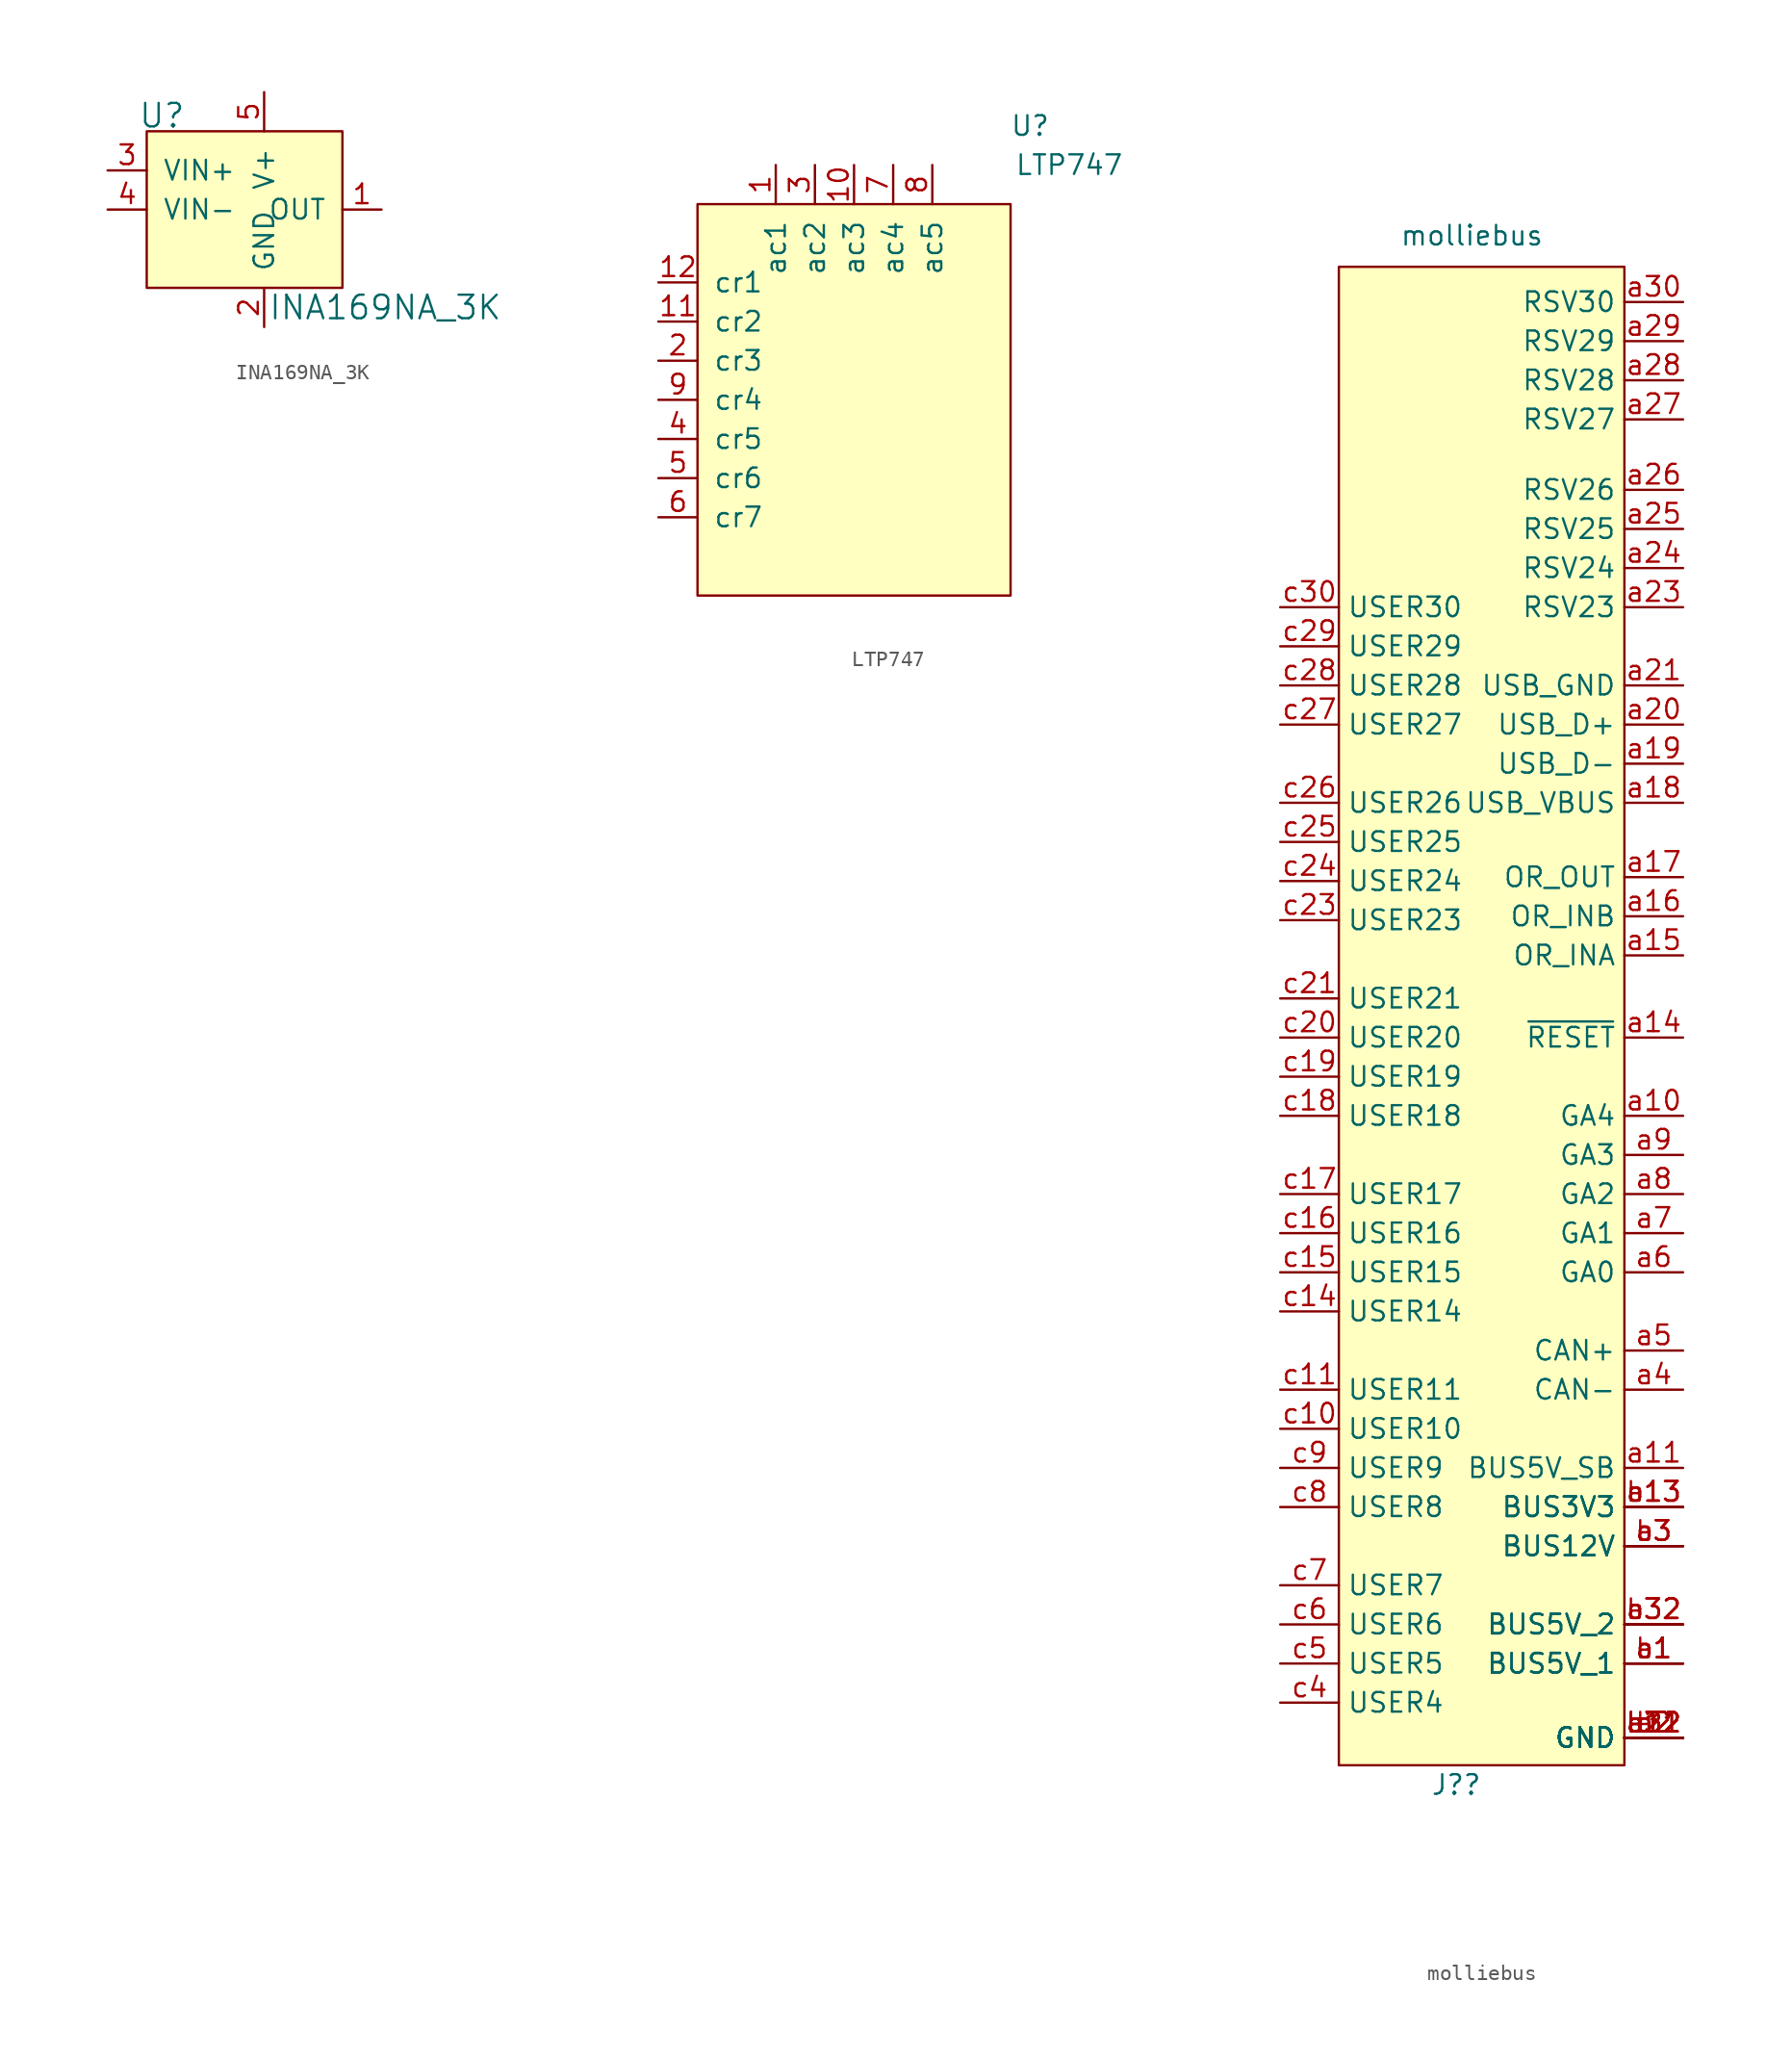
<source format=kicad_sym>
(kicad_symbol_lib
  (version 20231120)
  (generator "kicad_symbol_editor")
  (generator_version "8.0")
  (symbol "INA169NA_3K"
    (pin_names
      (offset 1.016))
    (property "Reference" "U"
      (at -5.08 11.176 0)
      (effects (font (size 1.524 1.524)) (justify right)))
    (property "Value" "INA169NA_3K"
      (at 0.254 -1.27 0)
      (effects (font (size 1.524 1.524)) (justify left)))
    (symbol "INA169NA_3K_0_1"
      (rectangle (start -7.62 10.16) (end 5.08 0) (stroke (width 0) (type default)) (fill (type background))))
    (symbol "INA169NA_3K_1_1"
      (pin output line (at 7.62 5.08 180) (length 2.54) (name "OUT" (effects (font (size 1.27 1.27)))) (number "1" (effects (font (size 1.27 1.27)))))
      (pin power_in line (at 0 -2.54 90) (length 2.54) (name "GND" (effects (font (size 1.27 1.27)))) (number "2" (effects (font (size 1.27 1.27)))))
      (pin passive line (at -10.16 7.62 0) (length 2.54) (name "VIN+" (effects (font (size 1.27 1.27)))) (number "3" (effects (font (size 1.27 1.27)))))
      (pin passive line (at -10.16 5.08 0) (length 2.54) (name "VIN-" (effects (font (size 1.27 1.27)))) (number "4" (effects (font (size 1.27 1.27)))))
      (pin power_in line (at 0 12.7 270) (length 2.54) (name "V+" (effects (font (size 1.27 1.27)))) (number "5" (effects (font (size 1.27 1.27)))))))
  (symbol "LTP747"
    (pin_names
      (offset 1.016))
    (property "Reference" "U"
      (at 11.43 16.51 0)
      (effects (font (size 1.27 1.27))))
    (property "Value" "LTP747"
      (at 13.97 13.97 0)
      (effects (font (size 1.27 1.27))))
    (symbol "LTP747_0_1"
      (rectangle (start -10.16 11.43) (end 10.16 -13.97) (stroke (width 0) (type default)) (fill (type background))))
    (symbol "LTP747_1_1"
      (pin input line (at -5.08 13.97 270) (length 2.54) (name "ac1" (effects (font (size 1.27 1.27)))) (number "1" (effects (font (size 1.27 1.27)))))
      (pin input line (at 0 13.97 270) (length 2.54) (name "ac3" (effects (font (size 1.27 1.27)))) (number "10" (effects (font (size 1.27 1.27)))))
      (pin input line (at -12.7 3.81 0) (length 2.54) (name "cr2" (effects (font (size 1.27 1.27)))) (number "11" (effects (font (size 1.27 1.27)))))
      (pin input line (at -12.7 6.35 0) (length 2.54) (name "cr1" (effects (font (size 1.27 1.27)))) (number "12" (effects (font (size 1.27 1.27)))))
      (pin input line (at -12.7 1.27 0) (length 2.54) (name "cr3" (effects (font (size 1.27 1.27)))) (number "2" (effects (font (size 1.27 1.27)))))
      (pin input line (at -2.54 13.97 270) (length 2.54) (name "ac2" (effects (font (size 1.27 1.27)))) (number "3" (effects (font (size 1.27 1.27)))))
      (pin input line (at -12.7 -3.81 0) (length 2.54) (name "cr5" (effects (font (size 1.27 1.27)))) (number "4" (effects (font (size 1.27 1.27)))))
      (pin input line (at -12.7 -6.35 0) (length 2.54) (name "cr6" (effects (font (size 1.27 1.27)))) (number "5" (effects (font (size 1.27 1.27)))))
      (pin input line (at -12.7 -8.89 0) (length 2.54) (name "cr7" (effects (font (size 1.27 1.27)))) (number "6" (effects (font (size 1.27 1.27)))))
      (pin input line (at 2.54 13.97 270) (length 2.54) (name "ac4" (effects (font (size 1.27 1.27)))) (number "7" (effects (font (size 1.27 1.27)))))
      (pin input line (at 5.08 13.97 270) (length 2.54) (name "ac5" (effects (font (size 1.27 1.27)))) (number "8" (effects (font (size 1.27 1.27)))))
      (pin input line (at -12.7 -1.27 0) (length 2.54) (name "cr4" (effects (font (size 1.27 1.27)))) (number "9" (effects (font (size 1.27 1.27)))))))
  (symbol "molliebus"
    (property "Reference" "J?"
      (at 7.62 -1.27 0)
      (effects (font (size 1.27 1.27))))
    (property "Value" "molliebus"
      (at 8.636 99.314 0)
      (effects (font (size 1.27 1.27))))
    (symbol "molliebus_0_1"
      (rectangle (start 0 0) (end 18.542 97.282) (stroke (width 0) (type default)) (fill (type background))))
    (symbol "molliebus_1_1"
      (pin passive line (at 22.352 6.604 180) (length 3.81) (name "BUS5V_1" (effects (font (size 1.27 1.27)))) (number "a1" (effects (font (size 1.27 1.27)))))
      (pin output line (at 22.352 42.164 180) (length 3.81) (name "GA4" (effects (font (size 1.27 1.27)))) (number "a10" (effects (font (size 1.27 1.27)))))
      (pin passive line (at 22.352 19.304 180) (length 3.81) (name "BUS5V_SB" (effects (font (size 1.27 1.27)))) (number "a11" (effects (font (size 1.27 1.27)))))
      (pin passive line (at 22.352 1.778 180) (length 3.81) (name "GND" (effects (font (size 1.27 1.27)))) (number "a12" (effects (font (size 1.27 1.27)))))
      (pin passive line (at 22.352 16.764 180) (length 3.81) (name "BUS3V3" (effects (font (size 1.27 1.27)))) (number "a13" (effects (font (size 1.27 1.27)))))
      (pin output line (at 22.352 47.244 180) (length 3.81) (name "~{RESET}" (effects (font (size 1.27 1.27)))) (number "a14" (effects (font (size 1.27 1.27)))))
      (pin passive line (at 22.352 52.578 180) (length 3.81) (name "OR_INA" (effects (font (size 1.27 1.27)))) (number "a15" (effects (font (size 1.27 1.27)))))
      (pin passive line (at 22.352 55.118 180) (length 3.81) (name "OR_INB" (effects (font (size 1.27 1.27)))) (number "a16" (effects (font (size 1.27 1.27)))))
      (pin passive line (at 22.352 57.658 180) (length 3.81) (name "OR_OUT" (effects (font (size 1.27 1.27)))) (number "a17" (effects (font (size 1.27 1.27)))))
      (pin passive line (at 22.352 62.484 180) (length 3.81) (name "USB_VBUS" (effects (font (size 1.27 1.27)))) (number "a18" (effects (font (size 1.27 1.27)))))
      (pin passive line (at 22.352 65.024 180) (length 3.81) (name "USB_D-" (effects (font (size 1.27 1.27)))) (number "a19" (effects (font (size 1.27 1.27)))))
      (pin passive line (at 22.352 1.778 180) (length 3.81) (name "GND" (effects (font (size 1.27 1.27)))) (number "a2" (effects (font (size 1.27 1.27)))))
      (pin passive line (at 22.352 67.564 180) (length 3.81) (name "USB_D+" (effects (font (size 1.27 1.27)))) (number "a20" (effects (font (size 1.27 1.27)))))
      (pin passive line (at 22.352 70.104 180) (length 3.81) (name "USB_GND" (effects (font (size 1.27 1.27)))) (number "a21" (effects (font (size 1.27 1.27)))))
      (pin passive line (at 22.352 1.778 180) (length 3.81) (name "GND" (effects (font (size 1.27 1.27)))) (number "a22" (effects (font (size 1.27 1.27)))))
      (pin passive line (at 22.352 75.184 180) (length 3.81) (name "RSV23" (effects (font (size 1.27 1.27)))) (number "a23" (effects (font (size 1.27 1.27)))))
      (pin passive line (at 22.352 77.724 180) (length 3.81) (name "RSV24" (effects (font (size 1.27 1.27)))) (number "a24" (effects (font (size 1.27 1.27)))))
      (pin passive line (at 22.352 80.264 180) (length 3.81) (name "RSV25" (effects (font (size 1.27 1.27)))) (number "a25" (effects (font (size 1.27 1.27)))))
      (pin passive line (at 22.352 82.804 180) (length 3.81) (name "RSV26" (effects (font (size 1.27 1.27)))) (number "a26" (effects (font (size 1.27 1.27)))))
      (pin passive line (at 22.352 87.376 180) (length 3.81) (name "RSV27" (effects (font (size 1.27 1.27)))) (number "a27" (effects (font (size 1.27 1.27)))))
      (pin passive line (at 22.352 89.916 180) (length 3.81) (name "RSV28" (effects (font (size 1.27 1.27)))) (number "a28" (effects (font (size 1.27 1.27)))))
      (pin passive line (at 22.352 92.456 180) (length 3.81) (name "RSV29" (effects (font (size 1.27 1.27)))) (number "a29" (effects (font (size 1.27 1.27)))))
      (pin passive line (at 22.352 14.224 180) (length 3.81) (name "BUS12V" (effects (font (size 1.27 1.27)))) (number "a3" (effects (font (size 1.27 1.27)))))
      (pin passive line (at 22.352 94.996 180) (length 3.81) (name "RSV30" (effects (font (size 1.27 1.27)))) (number "a30" (effects (font (size 1.27 1.27)))))
      (pin passive line (at 22.352 1.778 180) (length 3.81) (name "GND" (effects (font (size 1.27 1.27)))) (number "a31" (effects (font (size 1.27 1.27)))))
      (pin passive line (at 22.352 9.144 180) (length 3.81) (name "BUS5V_2" (effects (font (size 1.27 1.27)))) (number "a32" (effects (font (size 1.27 1.27)))))
      (pin bidirectional line (at 22.352 24.384 180) (length 3.81) (name "CAN-" (effects (font (size 1.27 1.27)))) (number "a4" (effects (font (size 1.27 1.27)))))
      (pin bidirectional line (at 22.352 26.924 180) (length 3.81) (name "CAN+" (effects (font (size 1.27 1.27)))) (number "a5" (effects (font (size 1.27 1.27)))))
      (pin output line (at 22.352 32.004 180) (length 3.81) (name "GA0" (effects (font (size 1.27 1.27)))) (number "a6" (effects (font (size 1.27 1.27)))))
      (pin output line (at 22.352 34.544 180) (length 3.81) (name "GA1" (effects (font (size 1.27 1.27)))) (number "a7" (effects (font (size 1.27 1.27)))))
      (pin output line (at 22.352 37.084 180) (length 3.81) (name "GA2" (effects (font (size 1.27 1.27)))) (number "a8" (effects (font (size 1.27 1.27)))))
      (pin output line (at 22.352 39.624 180) (length 3.81) (name "GA3" (effects (font (size 1.27 1.27)))) (number "a9" (effects (font (size 1.27 1.27)))))
      (pin passive line (at 22.352 6.604 180) (length 3.81) (name "BUS5V_1" (effects (font (size 1.27 1.27)))) (number "b1" (effects (font (size 1.27 1.27)))))
      (pin no_connect line (at -3.81 38.608 0) (length 3.81) hide (name "" (effects (font (size 1.27 1.27)))) (number "b10" (effects (font (size 1.27 1.27)))))
      (pin no_connect line (at -3.81 40.386 0) (length 3.81) hide (name "" (effects (font (size 1.27 1.27)))) (number "b11" (effects (font (size 1.27 1.27)))))
      (pin passive line (at 22.352 1.778 180) (length 3.81) (name "GND" (effects (font (size 1.27 1.27)))) (number "b12" (effects (font (size 1.27 1.27)))))
      (pin passive line (at 22.352 16.764 180) (length 3.81) (name "BUS3V3" (effects (font (size 1.27 1.27)))) (number "b13" (effects (font (size 1.27 1.27)))))
      (pin no_connect line (at -3.81 51.308 0) (length 3.81) hide (name "" (effects (font (size 1.27 1.27)))) (number "b14" (effects (font (size 1.27 1.27)))))
      (pin no_connect line (at -3.81 53.086 0) (length 3.81) hide (name "" (effects (font (size 1.27 1.27)))) (number "b15" (effects (font (size 1.27 1.27)))))
      (pin no_connect line (at -3.81 64.008 0) (length 3.81) hide (name "" (effects (font (size 1.27 1.27)))) (number "b16" (effects (font (size 1.27 1.27)))))
      (pin no_connect line (at -3.81 65.786 0) (length 3.81) hide (name "" (effects (font (size 1.27 1.27)))) (number "b17" (effects (font (size 1.27 1.27)))))
      (pin no_connect line (at -3.81 77.216 0) (length 3.81) hide (name "" (effects (font (size 1.27 1.27)))) (number "b18" (effects (font (size 1.27 1.27)))))
      (pin no_connect line (at -3.81 78.994 0) (length 3.81) hide (name "" (effects (font (size 1.27 1.27)))) (number "b19" (effects (font (size 1.27 1.27)))))
      (pin passive line (at 22.352 1.778 180) (length 3.81) (name "GND" (effects (font (size 1.27 1.27)))) (number "b2" (effects (font (size 1.27 1.27)))))
      (pin no_connect line (at -3.81 80.772 0) (length 3.81) hide (name "" (effects (font (size 1.27 1.27)))) (number "b20" (effects (font (size 1.27 1.27)))))
      (pin no_connect line (at -3.81 82.55 0) (length 3.81) hide (name "" (effects (font (size 1.27 1.27)))) (number "b21" (effects (font (size 1.27 1.27)))))
      (pin passive line (at 22.352 1.778 180) (length 3.81) (name "GND" (effects (font (size 1.27 1.27)))) (number "b22" (effects (font (size 1.27 1.27)))))
      (pin no_connect line (at -3.81 84.328 0) (length 3.81) hide (name "" (effects (font (size 1.27 1.27)))) (number "b23" (effects (font (size 1.27 1.27)))))
      (pin no_connect line (at -3.81 86.106 0) (length 3.81) hide (name "" (effects (font (size 1.27 1.27)))) (number "b24" (effects (font (size 1.27 1.27)))))
      (pin no_connect line (at -3.81 87.884 0) (length 3.81) hide (name "" (effects (font (size 1.27 1.27)))) (number "b25" (effects (font (size 1.27 1.27)))))
      (pin no_connect line (at -3.81 89.662 0) (length 3.81) hide (name "" (effects (font (size 1.27 1.27)))) (number "b26" (effects (font (size 1.27 1.27)))))
      (pin no_connect line (at -3.81 91.44 0) (length 3.81) hide (name "" (effects (font (size 1.27 1.27)))) (number "b27" (effects (font (size 1.27 1.27)))))
      (pin no_connect line (at -3.81 93.218 0) (length 3.81) hide (name "" (effects (font (size 1.27 1.27)))) (number "b28" (effects (font (size 1.27 1.27)))))
      (pin no_connect line (at -3.81 94.996 0) (length 3.81) hide (name "" (effects (font (size 1.27 1.27)))) (number "b29" (effects (font (size 1.27 1.27)))))
      (pin passive line (at 22.352 14.224 180) (length 3.81) (name "BUS12V" (effects (font (size 1.27 1.27)))) (number "b3" (effects (font (size 1.27 1.27)))))
      (pin no_connect line (at -3.81 96.774 0) (length 3.81) hide (name "" (effects (font (size 1.27 1.27)))) (number "b30" (effects (font (size 1.27 1.27)))))
      (pin passive line (at 22.352 1.778 180) (length 3.81) (name "GND" (effects (font (size 1.27 1.27)))) (number "b31" (effects (font (size 1.27 1.27)))))
      (pin passive line (at 22.352 9.144 180) (length 3.81) (name "BUS5V_2" (effects (font (size 1.27 1.27)))) (number "b32" (effects (font (size 1.27 1.27)))))
      (pin no_connect line (at -3.81 0.508 0) (length 3.81) hide (name "" (effects (font (size 1.27 1.27)))) (number "b4" (effects (font (size 1.27 1.27)))))
      (pin no_connect line (at -3.81 2.286 0) (length 3.81) hide (name "" (effects (font (size 1.27 1.27)))) (number "b5" (effects (font (size 1.27 1.27)))))
      (pin no_connect line (at -3.81 12.954 0) (length 3.81) hide (name "" (effects (font (size 1.27 1.27)))) (number "b6" (effects (font (size 1.27 1.27)))))
      (pin no_connect line (at -3.81 14.986 0) (length 3.81) hide (name "" (effects (font (size 1.27 1.27)))) (number "b7" (effects (font (size 1.27 1.27)))))
      (pin no_connect line (at -3.81 26.162 0) (length 3.81) hide (name "" (effects (font (size 1.27 1.27)))) (number "b8" (effects (font (size 1.27 1.27)))))
      (pin no_connect line (at -3.81 27.94 0) (length 3.81) hide (name "" (effects (font (size 1.27 1.27)))) (number "b9" (effects (font (size 1.27 1.27)))))
      (pin passive line (at 22.352 6.604 180) (length 3.81) (name "BUS5V_1" (effects (font (size 1.27 1.27)))) (number "c1" (effects (font (size 1.27 1.27)))))
      (pin passive line (at -3.81 21.844 0) (length 3.81) (name "USER10" (effects (font (size 1.27 1.27)))) (number "c10" (effects (font (size 1.27 1.27)))))
      (pin passive line (at -3.81 24.384 0) (length 3.81) (name "USER11" (effects (font (size 1.27 1.27)))) (number "c11" (effects (font (size 1.27 1.27)))))
      (pin passive line (at 22.352 1.778 180) (length 3.81) (name "GND" (effects (font (size 1.27 1.27)))) (number "c12" (effects (font (size 1.27 1.27)))))
      (pin passive line (at 22.352 16.764 180) (length 3.81) (name "BUS3V3" (effects (font (size 1.27 1.27)))) (number "c13" (effects (font (size 1.27 1.27)))))
      (pin passive line (at -3.81 29.464 0) (length 3.81) (name "USER14" (effects (font (size 1.27 1.27)))) (number "c14" (effects (font (size 1.27 1.27)))))
      (pin passive line (at -3.81 32.004 0) (length 3.81) (name "USER15" (effects (font (size 1.27 1.27)))) (number "c15" (effects (font (size 1.27 1.27)))))
      (pin passive line (at -3.81 34.544 0) (length 3.81) (name "USER16" (effects (font (size 1.27 1.27)))) (number "c16" (effects (font (size 1.27 1.27)))))
      (pin passive line (at -3.81 37.084 0) (length 3.81) (name "USER17" (effects (font (size 1.27 1.27)))) (number "c17" (effects (font (size 1.27 1.27)))))
      (pin passive line (at -3.81 42.164 0) (length 3.81) (name "USER18" (effects (font (size 1.27 1.27)))) (number "c18" (effects (font (size 1.27 1.27)))))
      (pin passive line (at -3.81 44.704 0) (length 3.81) (name "USER19" (effects (font (size 1.27 1.27)))) (number "c19" (effects (font (size 1.27 1.27)))))
      (pin passive line (at 22.352 1.778 180) (length 3.81) (name "GND" (effects (font (size 1.27 1.27)))) (number "c2" (effects (font (size 1.27 1.27)))))
      (pin passive line (at -3.81 47.244 0) (length 3.81) (name "USER20" (effects (font (size 1.27 1.27)))) (number "c20" (effects (font (size 1.27 1.27)))))
      (pin passive line (at -3.81 49.784 0) (length 3.81) (name "USER21" (effects (font (size 1.27 1.27)))) (number "c21" (effects (font (size 1.27 1.27)))))
      (pin passive line (at 22.352 1.778 180) (length 3.81) (name "GND" (effects (font (size 1.27 1.27)))) (number "c22" (effects (font (size 1.27 1.27)))))
      (pin passive line (at -3.81 54.864 0) (length 3.81) (name "USER23" (effects (font (size 1.27 1.27)))) (number "c23" (effects (font (size 1.27 1.27)))))
      (pin passive line (at -3.81 57.404 0) (length 3.81) (name "USER24" (effects (font (size 1.27 1.27)))) (number "c24" (effects (font (size 1.27 1.27)))))
      (pin passive line (at -3.81 59.944 0) (length 3.81) (name "USER25" (effects (font (size 1.27 1.27)))) (number "c25" (effects (font (size 1.27 1.27)))))
      (pin passive line (at -3.81 62.484 0) (length 3.81) (name "USER26" (effects (font (size 1.27 1.27)))) (number "c26" (effects (font (size 1.27 1.27)))))
      (pin passive line (at -3.81 67.564 0) (length 3.81) (name "USER27" (effects (font (size 1.27 1.27)))) (number "c27" (effects (font (size 1.27 1.27)))))
      (pin passive line (at -3.81 70.104 0) (length 3.81) (name "USER28" (effects (font (size 1.27 1.27)))) (number "c28" (effects (font (size 1.27 1.27)))))
      (pin passive line (at -3.81 72.644 0) (length 3.81) (name "USER29" (effects (font (size 1.27 1.27)))) (number "c29" (effects (font (size 1.27 1.27)))))
      (pin passive line (at 22.352 14.224 180) (length 3.81) (name "BUS12V" (effects (font (size 1.27 1.27)))) (number "c3" (effects (font (size 1.27 1.27)))))
      (pin passive line (at -3.81 75.184 0) (length 3.81) (name "USER30" (effects (font (size 1.27 1.27)))) (number "c30" (effects (font (size 1.27 1.27)))))
      (pin passive line (at 22.352 1.778 180) (length 3.81) (name "GND" (effects (font (size 1.27 1.27)))) (number "c31" (effects (font (size 1.27 1.27)))))
      (pin passive line (at 22.352 9.144 180) (length 3.81) (name "BUS5V_2" (effects (font (size 1.27 1.27)))) (number "c32" (effects (font (size 1.27 1.27)))))
      (pin passive line (at -3.81 4.064 0) (length 3.81) (name "USER4" (effects (font (size 1.27 1.27)))) (number "c4" (effects (font (size 1.27 1.27)))))
      (pin passive line (at -3.81 6.604 0) (length 3.81) (name "USER5" (effects (font (size 1.27 1.27)))) (number "c5" (effects (font (size 1.27 1.27)))))
      (pin passive line (at -3.81 9.144 0) (length 3.81) (name "USER6" (effects (font (size 1.27 1.27)))) (number "c6" (effects (font (size 1.27 1.27)))))
      (pin passive line (at -3.81 11.684 0) (length 3.81) (name "USER7" (effects (font (size 1.27 1.27)))) (number "c7" (effects (font (size 1.27 1.27)))))
      (pin passive line (at -3.81 16.764 0) (length 3.81) (name "USER8" (effects (font (size 1.27 1.27)))) (number "c8" (effects (font (size 1.27 1.27)))))
      (pin passive line (at -3.81 19.304 0) (length 3.81) (name "USER9" (effects (font (size 1.27 1.27)))) (number "c9" (effects (font (size 1.27 1.27))))))))
</source>
